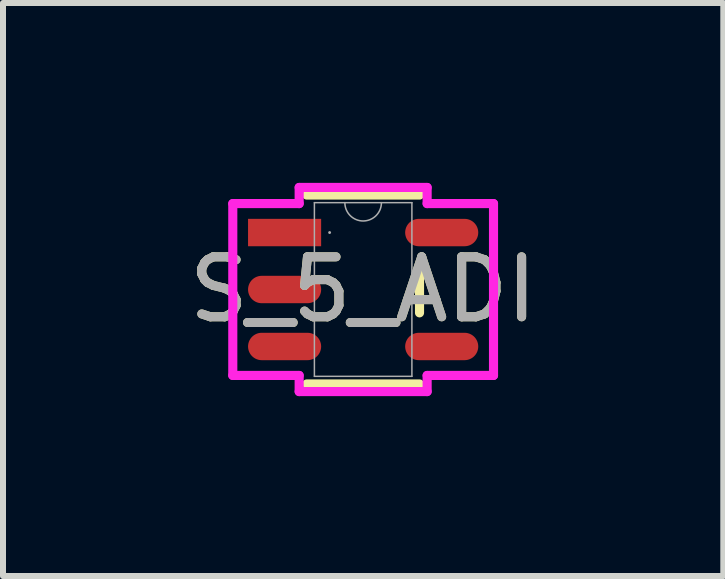
<source format=kicad_pcb>
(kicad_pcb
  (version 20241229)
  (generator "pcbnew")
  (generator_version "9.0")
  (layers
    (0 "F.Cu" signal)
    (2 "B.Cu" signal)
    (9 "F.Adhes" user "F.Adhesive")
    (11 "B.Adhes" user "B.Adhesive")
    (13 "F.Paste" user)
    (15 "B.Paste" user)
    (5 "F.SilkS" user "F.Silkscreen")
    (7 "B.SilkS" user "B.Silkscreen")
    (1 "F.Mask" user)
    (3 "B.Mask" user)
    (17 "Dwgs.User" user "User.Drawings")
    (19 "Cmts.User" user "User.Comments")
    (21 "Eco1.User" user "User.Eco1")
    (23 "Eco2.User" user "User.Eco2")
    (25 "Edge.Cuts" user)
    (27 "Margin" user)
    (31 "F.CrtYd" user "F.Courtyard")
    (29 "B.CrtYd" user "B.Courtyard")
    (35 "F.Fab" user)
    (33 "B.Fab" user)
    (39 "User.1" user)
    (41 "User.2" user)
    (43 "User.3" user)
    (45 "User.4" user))
  (footprint "S_5_ADI"
    (layer "F.Cu")
    (at 3.006 1.778)
    (property "Reference" "S_5_ADI" (at 0 0 0) (unlocked yes) (layer "F.SilkS") (effects (font (size 1 1) (thickness 0.15))))
    (attr smd)
    (fp_line (start -0.94 1.575) (end 0.94 1.575) (stroke (width 0.152) (type solid)) (layer "F.SilkS"))
    (fp_line (start 0.94 -1.575) (end -0.94 -1.575) (stroke (width 0.152) (type solid)) (layer "F.SilkS"))
    (fp_line (start 0.94 0.389) (end 0.94 -0.389) (stroke (width 0.152) (type solid)) (layer "F.SilkS"))
    (fp_line (start -2.174 -1.433) (end -1.067 -1.433) (stroke (width 0.152) (type solid)) (layer "F.CrtYd"))
    (fp_line (start -2.174 1.433) (end -2.174 -1.433) (stroke (width 0.152) (type solid)) (layer "F.CrtYd"))
    (fp_line (start -2.174 1.433) (end -1.067 1.433) (stroke (width 0.152) (type solid)) (layer "F.CrtYd"))
    (fp_line (start -1.067 -1.702) (end 1.067 -1.702) (stroke (width 0.152) (type solid)) (layer "F.CrtYd"))
    (fp_line (start -1.067 -1.433) (end -1.067 -1.702) (stroke (width 0.152) (type solid)) (layer "F.CrtYd"))
    (fp_line (start -1.067 1.702) (end -1.067 1.433) (stroke (width 0.152) (type solid)) (layer "F.CrtYd"))
    (fp_line (start 1.067 -1.702) (end 1.067 -1.433) (stroke (width 0.152) (type solid)) (layer "F.CrtYd"))
    (fp_line (start 1.067 1.433) (end 1.067 1.702) (stroke (width 0.152) (type solid)) (layer "F.CrtYd"))
    (fp_line (start 1.067 1.702) (end -1.067 1.702) (stroke (width 0.152) (type solid)) (layer "F.CrtYd"))
    (fp_line (start 2.174 -1.433) (end 1.067 -1.433) (stroke (width 0.152) (type solid)) (layer "F.CrtYd"))
    (fp_line (start 2.174 -1.433) (end 2.174 1.433) (stroke (width 0.152) (type solid)) (layer "F.CrtYd"))
    (fp_line (start 2.174 1.433) (end 1.067 1.433) (stroke (width 0.152) (type solid)) (layer "F.CrtYd"))
    (fp_line (start -0.813 -1.448) (end -0.813 1.448) (stroke (width 0.025) (type solid)) (layer "F.Fab"))
    (fp_line (start -0.813 1.448) (end 0.813 1.448) (stroke (width 0.025) (type solid)) (layer "F.Fab"))
    (fp_line (start 0.813 -1.448) (end -0.813 -1.448) (stroke (width 0.025) (type solid)) (layer "F.Fab"))
    (fp_line (start 0.813 1.448) (end 0.813 -1.448) (stroke (width 0.025) (type solid)) (layer "F.Fab"))
    (fp_arc (start 0.3048 -1.4478) (mid 0 -1.143) (end -0.3048 -1.4478) (stroke (width 0.0254) (type solid)) (layer "F.Fab"))
    (fp_circle (center -0.559 -0.95) (end -0.559 -0.95) (stroke (width 0.025) (type solid)) (fill no) (layer "F.Fab"))
    (fp_text user "${REFERENCE}" (at 0 0 0) (unlocked yes) (layer "F.Fab") (effects (font (size 1 1) (thickness 0.15))))
    (pad "1" smd rect (at -1.31 -0.95) (size 1.219 0.457) (layers "F.Cu" "F.Mask" "F.Paste"))
    (pad "2" smd oval (at -1.31 0) (size 1.219 0.457) (layers "F.Cu" "F.Mask" "F.Paste"))
    (pad "3" smd oval (at -1.31 0.95) (size 1.219 0.457) (layers "F.Cu" "F.Mask" "F.Paste"))
    (pad "4" smd oval (at 1.31 0.95) (size 1.219 0.457) (layers "F.Cu" "F.Mask" "F.Paste"))
    (pad "5" smd oval (at 1.31 -0.95) (size 1.219 0.457) (layers "F.Cu" "F.Mask" "F.Paste")))
  (gr_rect
    (start -3 -3)
    (end 9.012 6.556)
    (stroke (width 0.1) (type default))
    (fill no)
    (layer "Edge.Cuts")))
</source>
